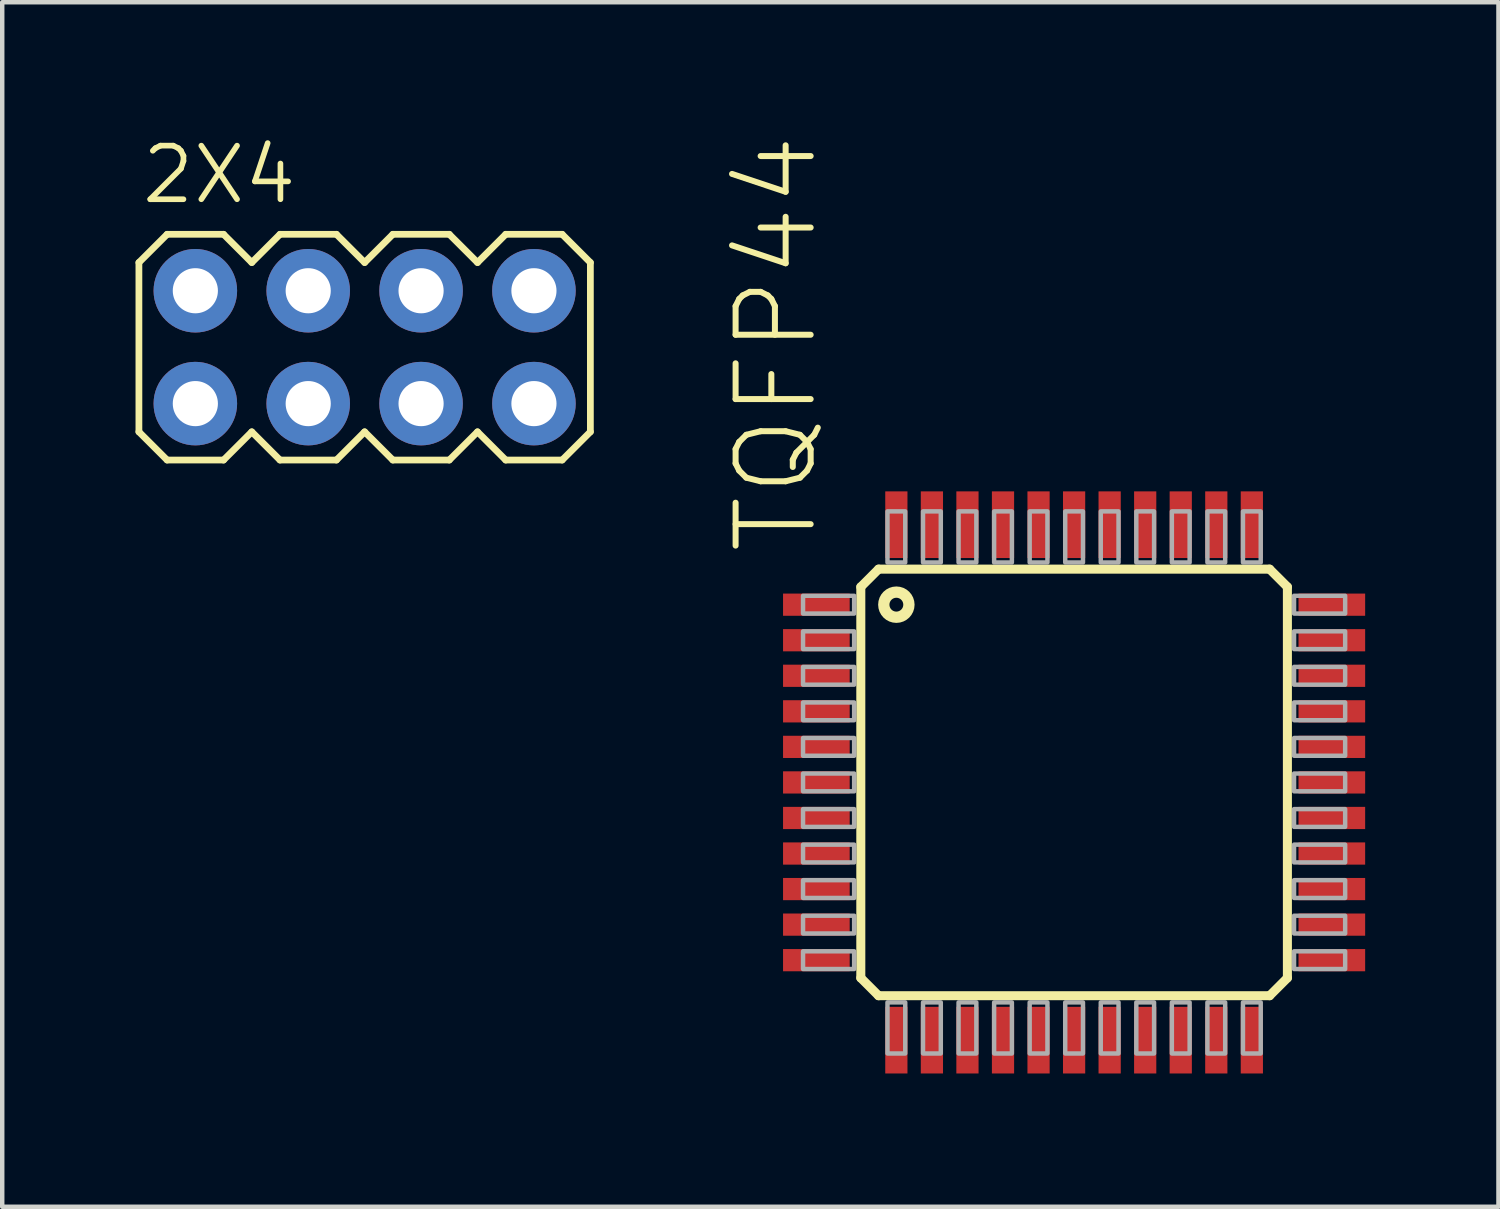
<source format=kicad_pcb>
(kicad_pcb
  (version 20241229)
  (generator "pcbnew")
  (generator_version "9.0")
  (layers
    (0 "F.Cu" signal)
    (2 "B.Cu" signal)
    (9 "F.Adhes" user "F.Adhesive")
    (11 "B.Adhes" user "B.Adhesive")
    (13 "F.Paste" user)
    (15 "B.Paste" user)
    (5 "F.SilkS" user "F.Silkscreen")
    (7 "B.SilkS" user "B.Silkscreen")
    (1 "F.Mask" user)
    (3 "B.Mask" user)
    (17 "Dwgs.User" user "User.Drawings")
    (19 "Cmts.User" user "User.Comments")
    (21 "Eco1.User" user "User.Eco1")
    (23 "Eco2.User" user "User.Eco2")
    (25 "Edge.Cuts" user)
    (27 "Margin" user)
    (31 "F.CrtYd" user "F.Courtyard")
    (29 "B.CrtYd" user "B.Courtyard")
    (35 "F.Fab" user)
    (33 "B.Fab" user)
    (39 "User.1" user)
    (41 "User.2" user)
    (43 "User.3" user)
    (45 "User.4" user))
  (footprint "TQFP44"
    (layer "F.Cu")
    (at 21.122 14.558)
    (property "Reference" "TQFP44" (at -5.715 -5.08 270) (layer "F.SilkS") (effects (font (size 1.689 1.689) (thickness 0.135)) (justify left bottom)))
    (attr through_hole)
    (fp_line (start -4.8 -4.4) (end -4.4 -4.8) (stroke (width 0.203) (type solid)) (layer "F.SilkS"))
    (fp_line (start -4.8 4.4) (end -4.8 -4.4) (stroke (width 0.203) (type solid)) (layer "F.SilkS"))
    (fp_line (start -4.4 -4.8) (end 4.4 -4.8) (stroke (width 0.203) (type solid)) (layer "F.SilkS"))
    (fp_line (start -4.4 4.8) (end -4.8 4.4) (stroke (width 0.203) (type solid)) (layer "F.SilkS"))
    (fp_line (start 4.4 -4.8) (end 4.8 -4.4) (stroke (width 0.203) (type solid)) (layer "F.SilkS"))
    (fp_line (start 4.4 4.8) (end -4.4 4.8) (stroke (width 0.203) (type solid)) (layer "F.SilkS"))
    (fp_line (start 4.8 -4.4) (end 4.8 4.4) (stroke (width 0.203) (type solid)) (layer "F.SilkS"))
    (fp_line (start 4.8 4.4) (end 4.4 4.8) (stroke (width 0.203) (type solid)) (layer "F.SilkS"))
    (fp_circle (center -4 -4) (end -3.717 -4) (stroke (width 0.254) (type solid)) (fill no) (layer "F.SilkS"))
    (fp_poly (pts (xy -6.1 -3.8) (xy -4.95 -3.8) (xy -4.95 -4.2) (xy -6.1 -4.2)) (stroke (width 0.1) (type solid)) (fill no) (layer "F.Fab"))
    (fp_poly (pts (xy -6.1 -3) (xy -4.95 -3) (xy -4.95 -3.4) (xy -6.1 -3.4)) (stroke (width 0.1) (type solid)) (fill no) (layer "F.Fab"))
    (fp_poly (pts (xy -6.1 -2.2) (xy -4.95 -2.2) (xy -4.95 -2.6) (xy -6.1 -2.6)) (stroke (width 0.1) (type solid)) (fill no) (layer "F.Fab"))
    (fp_poly (pts (xy -6.1 -1.4) (xy -4.95 -1.4) (xy -4.95 -1.8) (xy -6.1 -1.8)) (stroke (width 0.1) (type solid)) (fill no) (layer "F.Fab"))
    (fp_poly (pts (xy -6.1 -0.6) (xy -4.95 -0.6) (xy -4.95 -1) (xy -6.1 -1)) (stroke (width 0.1) (type solid)) (fill no) (layer "F.Fab"))
    (fp_poly (pts (xy -6.1 0.2) (xy -4.95 0.2) (xy -4.95 -0.2) (xy -6.1 -0.2)) (stroke (width 0.1) (type solid)) (fill no) (layer "F.Fab"))
    (fp_poly (pts (xy -6.1 1) (xy -4.95 1) (xy -4.95 0.6) (xy -6.1 0.6)) (stroke (width 0.1) (type solid)) (fill no) (layer "F.Fab"))
    (fp_poly (pts (xy -6.1 1.8) (xy -4.95 1.8) (xy -4.95 1.4) (xy -6.1 1.4)) (stroke (width 0.1) (type solid)) (fill no) (layer "F.Fab"))
    (fp_poly (pts (xy -6.1 2.6) (xy -4.95 2.6) (xy -4.95 2.2) (xy -6.1 2.2)) (stroke (width 0.1) (type solid)) (fill no) (layer "F.Fab"))
    (fp_poly (pts (xy -6.1 3.4) (xy -4.95 3.4) (xy -4.95 3) (xy -6.1 3)) (stroke (width 0.1) (type solid)) (fill no) (layer "F.Fab"))
    (fp_poly (pts (xy -6.1 4.2) (xy -4.95 4.2) (xy -4.95 3.8) (xy -6.1 3.8)) (stroke (width 0.1) (type solid)) (fill no) (layer "F.Fab"))
    (fp_poly (pts (xy -4.2 -4.95) (xy -3.8 -4.95) (xy -3.8 -6.1) (xy -4.2 -6.1)) (stroke (width 0.1) (type solid)) (fill no) (layer "F.Fab"))
    (fp_poly (pts (xy -4.2 6.1) (xy -3.8 6.1) (xy -3.8 4.95) (xy -4.2 4.95)) (stroke (width 0.1) (type solid)) (fill no) (layer "F.Fab"))
    (fp_poly (pts (xy -3.4 -4.95) (xy -3 -4.95) (xy -3 -6.1) (xy -3.4 -6.1)) (stroke (width 0.1) (type solid)) (fill no) (layer "F.Fab"))
    (fp_poly (pts (xy -3.4 6.1) (xy -3 6.1) (xy -3 4.95) (xy -3.4 4.95)) (stroke (width 0.1) (type solid)) (fill no) (layer "F.Fab"))
    (fp_poly (pts (xy -2.6 -4.95) (xy -2.2 -4.95) (xy -2.2 -6.1) (xy -2.6 -6.1)) (stroke (width 0.1) (type solid)) (fill no) (layer "F.Fab"))
    (fp_poly (pts (xy -2.6 6.1) (xy -2.2 6.1) (xy -2.2 4.95) (xy -2.6 4.95)) (stroke (width 0.1) (type solid)) (fill no) (layer "F.Fab"))
    (fp_poly (pts (xy -1.8 -4.95) (xy -1.4 -4.95) (xy -1.4 -6.1) (xy -1.8 -6.1)) (stroke (width 0.1) (type solid)) (fill no) (layer "F.Fab"))
    (fp_poly (pts (xy -1.8 6.1) (xy -1.4 6.1) (xy -1.4 4.95) (xy -1.8 4.95)) (stroke (width 0.1) (type solid)) (fill no) (layer "F.Fab"))
    (fp_poly (pts (xy -1 -4.95) (xy -0.6 -4.95) (xy -0.6 -6.1) (xy -1 -6.1)) (stroke (width 0.1) (type solid)) (fill no) (layer "F.Fab"))
    (fp_poly (pts (xy -1 6.1) (xy -0.6 6.1) (xy -0.6 4.95) (xy -1 4.95)) (stroke (width 0.1) (type solid)) (fill no) (layer "F.Fab"))
    (fp_poly (pts (xy -0.2 -4.95) (xy 0.2 -4.95) (xy 0.2 -6.1) (xy -0.2 -6.1)) (stroke (width 0.1) (type solid)) (fill no) (layer "F.Fab"))
    (fp_poly (pts (xy -0.2 6.1) (xy 0.2 6.1) (xy 0.2 4.95) (xy -0.2 4.95)) (stroke (width 0.1) (type solid)) (fill no) (layer "F.Fab"))
    (fp_poly (pts (xy 0.6 -4.95) (xy 1 -4.95) (xy 1 -6.1) (xy 0.6 -6.1)) (stroke (width 0.1) (type solid)) (fill no) (layer "F.Fab"))
    (fp_poly (pts (xy 0.6 6.1) (xy 1 6.1) (xy 1 4.95) (xy 0.6 4.95)) (stroke (width 0.1) (type solid)) (fill no) (layer "F.Fab"))
    (fp_poly (pts (xy 1.4 -4.95) (xy 1.8 -4.95) (xy 1.8 -6.1) (xy 1.4 -6.1)) (stroke (width 0.1) (type solid)) (fill no) (layer "F.Fab"))
    (fp_poly (pts (xy 1.4 6.1) (xy 1.8 6.1) (xy 1.8 4.95) (xy 1.4 4.95)) (stroke (width 0.1) (type solid)) (fill no) (layer "F.Fab"))
    (fp_poly (pts (xy 2.2 -4.95) (xy 2.6 -4.95) (xy 2.6 -6.1) (xy 2.2 -6.1)) (stroke (width 0.1) (type solid)) (fill no) (layer "F.Fab"))
    (fp_poly (pts (xy 2.2 6.1) (xy 2.6 6.1) (xy 2.6 4.95) (xy 2.2 4.95)) (stroke (width 0.1) (type solid)) (fill no) (layer "F.Fab"))
    (fp_poly (pts (xy 3 -4.95) (xy 3.4 -4.95) (xy 3.4 -6.1) (xy 3 -6.1)) (stroke (width 0.1) (type solid)) (fill no) (layer "F.Fab"))
    (fp_poly (pts (xy 3 6.1) (xy 3.4 6.1) (xy 3.4 4.95) (xy 3 4.95)) (stroke (width 0.1) (type solid)) (fill no) (layer "F.Fab"))
    (fp_poly (pts (xy 3.8 -4.95) (xy 4.2 -4.95) (xy 4.2 -6.1) (xy 3.8 -6.1)) (stroke (width 0.1) (type solid)) (fill no) (layer "F.Fab"))
    (fp_poly (pts (xy 3.8 6.1) (xy 4.2 6.1) (xy 4.2 4.95) (xy 3.8 4.95)) (stroke (width 0.1) (type solid)) (fill no) (layer "F.Fab"))
    (fp_poly (pts (xy 4.95 -3.8) (xy 6.1 -3.8) (xy 6.1 -4.2) (xy 4.95 -4.2)) (stroke (width 0.1) (type solid)) (fill no) (layer "F.Fab"))
    (fp_poly (pts (xy 4.95 -3) (xy 6.1 -3) (xy 6.1 -3.4) (xy 4.95 -3.4)) (stroke (width 0.1) (type solid)) (fill no) (layer "F.Fab"))
    (fp_poly (pts (xy 4.95 -2.2) (xy 6.1 -2.2) (xy 6.1 -2.6) (xy 4.95 -2.6)) (stroke (width 0.1) (type solid)) (fill no) (layer "F.Fab"))
    (fp_poly (pts (xy 4.95 -1.4) (xy 6.1 -1.4) (xy 6.1 -1.8) (xy 4.95 -1.8)) (stroke (width 0.1) (type solid)) (fill no) (layer "F.Fab"))
    (fp_poly (pts (xy 4.95 -0.6) (xy 6.1 -0.6) (xy 6.1 -1) (xy 4.95 -1)) (stroke (width 0.1) (type solid)) (fill no) (layer "F.Fab"))
    (fp_poly (pts (xy 4.95 0.2) (xy 6.1 0.2) (xy 6.1 -0.2) (xy 4.95 -0.2)) (stroke (width 0.1) (type solid)) (fill no) (layer "F.Fab"))
    (fp_poly (pts (xy 4.95 1) (xy 6.1 1) (xy 6.1 0.6) (xy 4.95 0.6)) (stroke (width 0.1) (type solid)) (fill no) (layer "F.Fab"))
    (fp_poly (pts (xy 4.95 1.8) (xy 6.1 1.8) (xy 6.1 1.4) (xy 4.95 1.4)) (stroke (width 0.1) (type solid)) (fill no) (layer "F.Fab"))
    (fp_poly (pts (xy 4.95 2.6) (xy 6.1 2.6) (xy 6.1 2.2) (xy 4.95 2.2)) (stroke (width 0.1) (type solid)) (fill no) (layer "F.Fab"))
    (fp_poly (pts (xy 4.95 3.4) (xy 6.1 3.4) (xy 6.1 3) (xy 4.95 3)) (stroke (width 0.1) (type solid)) (fill no) (layer "F.Fab"))
    (fp_poly (pts (xy 4.95 4.2) (xy 6.1 4.2) (xy 6.1 3.8) (xy 4.95 3.8)) (stroke (width 0.1) (type solid)) (fill no) (layer "F.Fab"))
    (pad "1" smd rect (at -5.8 -4) (size 1.5 0.5) (layers "F.Cu" "F.Mask" "F.Paste"))
    (pad "2" smd rect (at -5.8 -3.2) (size 1.5 0.5) (layers "F.Cu" "F.Mask" "F.Paste"))
    (pad "3" smd rect (at -5.8 -2.4) (size 1.5 0.5) (layers "F.Cu" "F.Mask" "F.Paste"))
    (pad "4" smd rect (at -5.8 -1.6) (size 1.5 0.5) (layers "F.Cu" "F.Mask" "F.Paste"))
    (pad "5" smd rect (at -5.8 -0.8) (size 1.5 0.5) (layers "F.Cu" "F.Mask" "F.Paste"))
    (pad "6" smd rect (at -5.8 0) (size 1.5 0.5) (layers "F.Cu" "F.Mask" "F.Paste"))
    (pad "7" smd rect (at -5.8 0.8) (size 1.5 0.5) (layers "F.Cu" "F.Mask" "F.Paste"))
    (pad "8" smd rect (at -5.8 1.6) (size 1.5 0.5) (layers "F.Cu" "F.Mask" "F.Paste"))
    (pad "9" smd rect (at -5.8 2.4) (size 1.5 0.5) (layers "F.Cu" "F.Mask" "F.Paste"))
    (pad "10" smd rect (at -5.8 3.2) (size 1.5 0.5) (layers "F.Cu" "F.Mask" "F.Paste"))
    (pad "11" smd rect (at -5.8 4) (size 1.5 0.5) (layers "F.Cu" "F.Mask" "F.Paste"))
    (pad "12" smd rect (at -4 5.8) (size 0.5 1.5) (layers "F.Cu" "F.Mask" "F.Paste"))
    (pad "13" smd rect (at -3.2 5.8) (size 0.5 1.5) (layers "F.Cu" "F.Mask" "F.Paste"))
    (pad "14" smd rect (at -2.4 5.8) (size 0.5 1.5) (layers "F.Cu" "F.Mask" "F.Paste"))
    (pad "15" smd rect (at -1.6 5.8) (size 0.5 1.5) (layers "F.Cu" "F.Mask" "F.Paste"))
    (pad "16" smd rect (at -0.8 5.8) (size 0.5 1.5) (layers "F.Cu" "F.Mask" "F.Paste"))
    (pad "17" smd rect (at 0 5.8) (size 0.5 1.5) (layers "F.Cu" "F.Mask" "F.Paste"))
    (pad "18" smd rect (at 0.8 5.8) (size 0.5 1.5) (layers "F.Cu" "F.Mask" "F.Paste"))
    (pad "19" smd rect (at 1.6 5.8) (size 0.5 1.5) (layers "F.Cu" "F.Mask" "F.Paste"))
    (pad "20" smd rect (at 2.4 5.8) (size 0.5 1.5) (layers "F.Cu" "F.Mask" "F.Paste"))
    (pad "21" smd rect (at 3.2 5.8) (size 0.5 1.5) (layers "F.Cu" "F.Mask" "F.Paste"))
    (pad "22" smd rect (at 4 5.8) (size 0.5 1.5) (layers "F.Cu" "F.Mask" "F.Paste"))
    (pad "23" smd rect (at 5.8 4) (size 1.5 0.5) (layers "F.Cu" "F.Mask" "F.Paste"))
    (pad "24" smd rect (at 5.8 3.2) (size 1.5 0.5) (layers "F.Cu" "F.Mask" "F.Paste"))
    (pad "25" smd rect (at 5.8 2.4) (size 1.5 0.5) (layers "F.Cu" "F.Mask" "F.Paste"))
    (pad "26" smd rect (at 5.8 1.6) (size 1.5 0.5) (layers "F.Cu" "F.Mask" "F.Paste"))
    (pad "27" smd rect (at 5.8 0.8) (size 1.5 0.5) (layers "F.Cu" "F.Mask" "F.Paste"))
    (pad "28" smd rect (at 5.8 0) (size 1.5 0.5) (layers "F.Cu" "F.Mask" "F.Paste"))
    (pad "29" smd rect (at 5.8 -0.8) (size 1.5 0.5) (layers "F.Cu" "F.Mask" "F.Paste"))
    (pad "30" smd rect (at 5.8 -1.6) (size 1.5 0.5) (layers "F.Cu" "F.Mask" "F.Paste"))
    (pad "31" smd rect (at 5.8 -2.4) (size 1.5 0.5) (layers "F.Cu" "F.Mask" "F.Paste"))
    (pad "32" smd rect (at 5.8 -3.2) (size 1.5 0.5) (layers "F.Cu" "F.Mask" "F.Paste"))
    (pad "33" smd rect (at 5.8 -4) (size 1.5 0.5) (layers "F.Cu" "F.Mask" "F.Paste"))
    (pad "34" smd rect (at 4 -5.8) (size 0.5 1.5) (layers "F.Cu" "F.Mask" "F.Paste"))
    (pad "35" smd rect (at 3.2 -5.8) (size 0.5 1.5) (layers "F.Cu" "F.Mask" "F.Paste"))
    (pad "36" smd rect (at 2.4 -5.8) (size 0.5 1.5) (layers "F.Cu" "F.Mask" "F.Paste"))
    (pad "37" smd rect (at 1.6 -5.8) (size 0.5 1.5) (layers "F.Cu" "F.Mask" "F.Paste"))
    (pad "38" smd rect (at 0.8 -5.8) (size 0.5 1.5) (layers "F.Cu" "F.Mask" "F.Paste"))
    (pad "39" smd rect (at 0 -5.8) (size 0.5 1.5) (layers "F.Cu" "F.Mask" "F.Paste"))
    (pad "40" smd rect (at -0.8 -5.8) (size 0.5 1.5) (layers "F.Cu" "F.Mask" "F.Paste"))
    (pad "41" smd rect (at -1.6 -5.8) (size 0.5 1.5) (layers "F.Cu" "F.Mask" "F.Paste"))
    (pad "42" smd rect (at -2.4 -5.8) (size 0.5 1.5) (layers "F.Cu" "F.Mask" "F.Paste"))
    (pad "43" smd rect (at -3.2 -5.8) (size 0.5 1.5) (layers "F.Cu" "F.Mask" "F.Paste"))
    (pad "44" smd rect (at -4 -5.8) (size 0.5 1.5) (layers "F.Cu" "F.Mask" "F.Paste")))
  (footprint "2X4"
    (layer "F.Cu")
    (at 5.156 4.763)
    (property "Reference" "2X4" (at -5.08 -3.175 0) (layer "F.SilkS") (effects (font (size 1.206 1.206) (thickness 0.127)) (justify left bottom)))
    (attr through_hole)
    (fp_line (start -5.08 -1.905) (end -4.445 -2.54) (stroke (width 0.152) (type solid)) (layer "F.SilkS"))
    (fp_line (start -5.08 1.905) (end -5.08 -1.905) (stroke (width 0.152) (type solid)) (layer "F.SilkS"))
    (fp_line (start -5.08 1.905) (end -4.445 2.54) (stroke (width 0.152) (type solid)) (layer "F.SilkS"))
    (fp_line (start -4.445 -2.54) (end -3.175 -2.54) (stroke (width 0.152) (type solid)) (layer "F.SilkS"))
    (fp_line (start -4.445 2.54) (end -3.175 2.54) (stroke (width 0.152) (type solid)) (layer "F.SilkS"))
    (fp_line (start -3.175 -2.54) (end -2.54 -1.905) (stroke (width 0.152) (type solid)) (layer "F.SilkS"))
    (fp_line (start -3.175 2.54) (end -2.54 1.905) (stroke (width 0.152) (type solid)) (layer "F.SilkS"))
    (fp_line (start -2.54 -1.905) (end -1.905 -2.54) (stroke (width 0.152) (type solid)) (layer "F.SilkS"))
    (fp_line (start -2.54 1.905) (end -1.905 2.54) (stroke (width 0.152) (type solid)) (layer "F.SilkS"))
    (fp_line (start -1.905 -2.54) (end -0.635 -2.54) (stroke (width 0.152) (type solid)) (layer "F.SilkS"))
    (fp_line (start -1.905 2.54) (end -0.635 2.54) (stroke (width 0.152) (type solid)) (layer "F.SilkS"))
    (fp_line (start -0.635 -2.54) (end 0 -1.905) (stroke (width 0.152) (type solid)) (layer "F.SilkS"))
    (fp_line (start -0.635 2.54) (end 0 1.905) (stroke (width 0.152) (type solid)) (layer "F.SilkS"))
    (fp_line (start 0 -1.905) (end 0.635 -2.54) (stroke (width 0.152) (type solid)) (layer "F.SilkS"))
    (fp_line (start 0 1.905) (end 0.635 2.54) (stroke (width 0.152) (type solid)) (layer "F.SilkS"))
    (fp_line (start 0.635 -2.54) (end 1.905 -2.54) (stroke (width 0.152) (type solid)) (layer "F.SilkS"))
    (fp_line (start 0.635 2.54) (end 1.905 2.54) (stroke (width 0.152) (type solid)) (layer "F.SilkS"))
    (fp_line (start 1.905 -2.54) (end 2.54 -1.905) (stroke (width 0.152) (type solid)) (layer "F.SilkS"))
    (fp_line (start 1.905 2.54) (end 2.54 1.905) (stroke (width 0.152) (type solid)) (layer "F.SilkS"))
    (fp_line (start 2.54 -1.905) (end 3.175 -2.54) (stroke (width 0.152) (type solid)) (layer "F.SilkS"))
    (fp_line (start 2.54 1.905) (end 3.175 2.54) (stroke (width 0.152) (type solid)) (layer "F.SilkS"))
    (fp_line (start 3.175 -2.54) (end 4.445 -2.54) (stroke (width 0.152) (type solid)) (layer "F.SilkS"))
    (fp_line (start 3.175 2.54) (end 4.445 2.54) (stroke (width 0.152) (type solid)) (layer "F.SilkS"))
    (fp_line (start 4.445 -2.54) (end 5.08 -1.905) (stroke (width 0.152) (type solid)) (layer "F.SilkS"))
    (fp_line (start 4.445 2.54) (end 5.08 1.905) (stroke (width 0.152) (type solid)) (layer "F.SilkS"))
    (fp_line (start 5.08 -1.905) (end 5.08 1.905) (stroke (width 0.152) (type solid)) (layer "F.SilkS"))
    (fp_poly (pts (xy -4.064 -1.016) (xy -3.556 -1.016) (xy -3.556 -1.524) (xy -4.064 -1.524)) (stroke (width 0.1) (type solid)) (fill no) (layer "F.Fab"))
    (fp_poly (pts (xy -4.064 1.524) (xy -3.556 1.524) (xy -3.556 1.016) (xy -4.064 1.016)) (stroke (width 0.1) (type solid)) (fill no) (layer "F.Fab"))
    (fp_poly (pts (xy -1.524 -1.016) (xy -1.016 -1.016) (xy -1.016 -1.524) (xy -1.524 -1.524)) (stroke (width 0.1) (type solid)) (fill no) (layer "F.Fab"))
    (fp_poly (pts (xy -1.524 1.524) (xy -1.016 1.524) (xy -1.016 1.016) (xy -1.524 1.016)) (stroke (width 0.1) (type solid)) (fill no) (layer "F.Fab"))
    (fp_poly (pts (xy 1.016 -1.016) (xy 1.524 -1.016) (xy 1.524 -1.524) (xy 1.016 -1.524)) (stroke (width 0.1) (type solid)) (fill no) (layer "F.Fab"))
    (fp_poly (pts (xy 1.016 1.524) (xy 1.524 1.524) (xy 1.524 1.016) (xy 1.016 1.016)) (stroke (width 0.1) (type solid)) (fill no) (layer "F.Fab"))
    (fp_poly (pts (xy 3.556 -1.016) (xy 4.064 -1.016) (xy 4.064 -1.524) (xy 3.556 -1.524)) (stroke (width 0.1) (type solid)) (fill no) (layer "F.Fab"))
    (fp_poly (pts (xy 3.556 1.524) (xy 4.064 1.524) (xy 4.064 1.016) (xy 3.556 1.016)) (stroke (width 0.1) (type solid)) (fill no) (layer "F.Fab"))
    (pad "1" thru_hole circle (at -3.81 1.27) (size 1.88 1.88) (drill 1.016) (layers "*.Cu" "*.Mask"))
    (pad "2" thru_hole circle (at -3.81 -1.27) (size 1.88 1.88) (drill 1.016) (layers "*.Cu" "*.Mask"))
    (pad "3" thru_hole circle (at -1.27 1.27) (size 1.88 1.88) (drill 1.016) (layers "*.Cu" "*.Mask"))
    (pad "4" thru_hole circle (at -1.27 -1.27) (size 1.88 1.88) (drill 1.016) (layers "*.Cu" "*.Mask"))
    (pad "5" thru_hole circle (at 1.27 1.27) (size 1.88 1.88) (drill 1.016) (layers "*.Cu" "*.Mask"))
    (pad "6" thru_hole circle (at 1.27 -1.27) (size 1.88 1.88) (drill 1.016) (layers "*.Cu" "*.Mask"))
    (pad "7" thru_hole circle (at 3.81 1.27) (size 1.88 1.88) (drill 1.016) (layers "*.Cu" "*.Mask"))
    (pad "8" thru_hole circle (at 3.81 -1.27) (size 1.88 1.88) (drill 1.016) (layers "*.Cu" "*.Mask")))
  (gr_rect
    (start -3 -3)
    (end 30.672 24.108)
    (stroke (width 0.1) (type default))
    (fill no)
    (layer "Edge.Cuts")))
</source>
